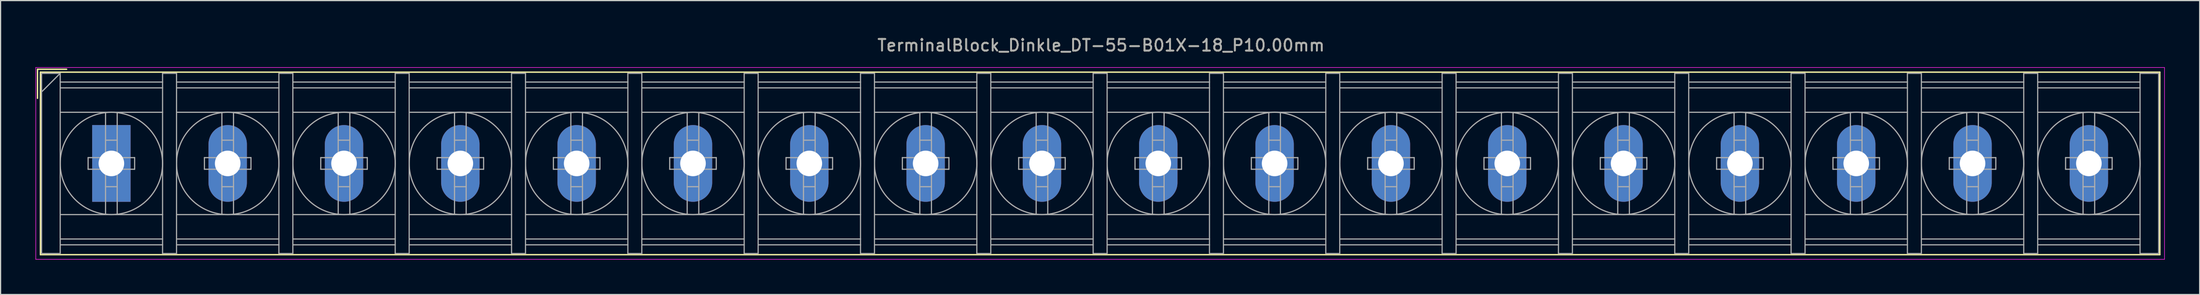
<source format=kicad_pcb>
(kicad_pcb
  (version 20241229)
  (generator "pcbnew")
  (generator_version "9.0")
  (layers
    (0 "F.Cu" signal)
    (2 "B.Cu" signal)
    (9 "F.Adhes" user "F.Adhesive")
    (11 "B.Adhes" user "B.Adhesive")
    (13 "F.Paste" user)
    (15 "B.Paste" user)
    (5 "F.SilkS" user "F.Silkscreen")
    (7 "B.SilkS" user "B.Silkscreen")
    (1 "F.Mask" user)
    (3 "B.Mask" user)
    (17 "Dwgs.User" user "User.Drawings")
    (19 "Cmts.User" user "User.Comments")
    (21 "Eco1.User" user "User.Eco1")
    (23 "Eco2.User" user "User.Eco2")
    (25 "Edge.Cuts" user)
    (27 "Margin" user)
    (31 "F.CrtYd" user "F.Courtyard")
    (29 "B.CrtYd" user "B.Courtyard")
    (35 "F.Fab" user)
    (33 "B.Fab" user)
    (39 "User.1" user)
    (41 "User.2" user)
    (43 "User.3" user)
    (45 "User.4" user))
  (footprint "TerminalBlock_Dinkle_DT-55-B01X-18_P10.00mm"
    (layer "F.Cu")
    (at 6.525 11.008)
    (property "Reference" "TerminalBlock_Dinkle_DT-55-B01X-18_P10.00mm" (at 85.08 -10.16 0) (layer "F.SilkS") (effects (font (size 1 1) (thickness 0.15))))
    (attr through_hole)
    (fp_line (start -6.35 -8.1) (end -3.85 -8.1) (stroke (width 0.12) (type solid)) (layer "F.SilkS"))
    (fp_line (start -6.35 -5.6) (end -6.35 -8.1) (stroke (width 0.12) (type solid)) (layer "F.SilkS"))
    (fp_line (start -6.1 -7.85) (end 176.1 -7.85) (stroke (width 0.12) (type solid)) (layer "F.SilkS"))
    (fp_line (start -6.1 7.85) (end -6.1 -7.85) (stroke (width 0.12) (type solid)) (layer "F.SilkS"))
    (fp_line (start -6.1 7.85) (end 176.1 7.85) (stroke (width 0.12) (type solid)) (layer "F.SilkS"))
    (fp_line (start 176.1 -7.85) (end 176.1 7.85) (stroke (width 0.12) (type solid)) (layer "F.SilkS"))
    (fp_line (start -6.5 -8.25) (end 176.5 -8.25) (stroke (width 0.05) (type solid)) (layer "F.CrtYd"))
    (fp_line (start -6.5 8.25) (end -6.5 -8.25) (stroke (width 0.05) (type solid)) (layer "F.CrtYd"))
    (fp_line (start -6.5 8.25) (end 176.5 8.25) (stroke (width 0.05) (type solid)) (layer "F.CrtYd"))
    (fp_line (start 176.5 -8.25) (end 176.5 8.25) (stroke (width 0.05) (type solid)) (layer "F.CrtYd"))
    (fp_line (start -6 -7.75) (end -6 7.75) (stroke (width 0.1) (type solid)) (layer "F.Fab"))
    (fp_line (start -6 -7.75) (end -4.4 -7.75) (stroke (width 0.1) (type solid)) (layer "F.Fab"))
    (fp_line (start -6 7.75) (end -4.4 7.75) (stroke (width 0.1) (type solid)) (layer "F.Fab"))
    (fp_line (start -4.4 -7.75) (end -6 -6.15) (stroke (width 0.1) (type solid)) (layer "F.Fab"))
    (fp_line (start -4.4 -7.75) (end -4.4 7.75) (stroke (width 0.1) (type solid)) (layer "F.Fab"))
    (fp_line (start -4.4 -7) (end 4.4 -7) (stroke (width 0.1) (type solid)) (layer "F.Fab"))
    (fp_line (start -4.4 -6.5) (end 4.4 -6.5) (stroke (width 0.1) (type solid)) (layer "F.Fab"))
    (fp_line (start -4.4 -4.4) (end 4.4 -4.4) (stroke (width 0.1) (type solid)) (layer "F.Fab"))
    (fp_line (start -4.4 4.4) (end 4.4 4.4) (stroke (width 0.1) (type solid)) (layer "F.Fab"))
    (fp_line (start -4.4 6.5) (end 4.4 6.5) (stroke (width 0.1) (type solid)) (layer "F.Fab"))
    (fp_line (start -4.4 7) (end 4.4 7) (stroke (width 0.1) (type solid)) (layer "F.Fab"))
    (fp_line (start -2 -0.5) (end -2 0.5) (stroke (width 0.1) (type solid)) (layer "F.Fab"))
    (fp_line (start -2 0.5) (end -0.5 0.5) (stroke (width 0.1) (type solid)) (layer "F.Fab"))
    (fp_line (start -0.5 -4.35) (end -0.5 -0.5) (stroke (width 0.1) (type solid)) (layer "F.Fab"))
    (fp_line (start -0.5 -2) (end 0.5 -2) (stroke (width 0.1) (type solid)) (layer "F.Fab"))
    (fp_line (start -0.5 -0.5) (end -2 -0.5) (stroke (width 0.1) (type solid)) (layer "F.Fab"))
    (fp_line (start -0.5 0.5) (end -0.5 4.35) (stroke (width 0.1) (type solid)) (layer "F.Fab"))
    (fp_line (start -0.5 2) (end 0.5 2) (stroke (width 0.1) (type solid)) (layer "F.Fab"))
    (fp_line (start 0.5 -4.35) (end 0.5 -0.5) (stroke (width 0.1) (type solid)) (layer "F.Fab"))
    (fp_line (start 0.5 -0.5) (end 2 -0.5) (stroke (width 0.1) (type solid)) (layer "F.Fab"))
    (fp_line (start 0.5 0.5) (end 0.5 4.35) (stroke (width 0.1) (type solid)) (layer "F.Fab"))
    (fp_line (start 2 -0.5) (end 2 0.5) (stroke (width 0.1) (type solid)) (layer "F.Fab"))
    (fp_line (start 2 0.5) (end 0.5 0.5) (stroke (width 0.1) (type solid)) (layer "F.Fab"))
    (fp_line (start 4.4 -7.75) (end 4.4 7.75) (stroke (width 0.1) (type solid)) (layer "F.Fab"))
    (fp_line (start 4.4 -7.75) (end 5.6 -7.75) (stroke (width 0.1) (type solid)) (layer "F.Fab"))
    (fp_line (start 4.4 7.75) (end 5.6 7.75) (stroke (width 0.1) (type solid)) (layer "F.Fab"))
    (fp_line (start 5.6 -7.75) (end 5.6 7.75) (stroke (width 0.1) (type solid)) (layer "F.Fab"))
    (fp_line (start 5.6 -7) (end 14.4 -7) (stroke (width 0.1) (type solid)) (layer "F.Fab"))
    (fp_line (start 5.6 -6.5) (end 14.4 -6.5) (stroke (width 0.1) (type solid)) (layer "F.Fab"))
    (fp_line (start 5.6 -4.4) (end 14.4 -4.4) (stroke (width 0.1) (type solid)) (layer "F.Fab"))
    (fp_line (start 5.6 4.4) (end 14.4 4.4) (stroke (width 0.1) (type solid)) (layer "F.Fab"))
    (fp_line (start 5.6 6.5) (end 14.4 6.5) (stroke (width 0.1) (type solid)) (layer "F.Fab"))
    (fp_line (start 5.6 7) (end 14.4 7) (stroke (width 0.1) (type solid)) (layer "F.Fab"))
    (fp_line (start 8 -0.5) (end 8 0.5) (stroke (width 0.1) (type solid)) (layer "F.Fab"))
    (fp_line (start 8 0.5) (end 9.5 0.5) (stroke (width 0.1) (type solid)) (layer "F.Fab"))
    (fp_line (start 9.5 -4.35) (end 9.5 -0.5) (stroke (width 0.1) (type solid)) (layer "F.Fab"))
    (fp_line (start 9.5 -2) (end 10.5 -2) (stroke (width 0.1) (type solid)) (layer "F.Fab"))
    (fp_line (start 9.5 -0.5) (end 8 -0.5) (stroke (width 0.1) (type solid)) (layer "F.Fab"))
    (fp_line (start 9.5 0.5) (end 9.5 4.35) (stroke (width 0.1) (type solid)) (layer "F.Fab"))
    (fp_line (start 9.5 2) (end 10.5 2) (stroke (width 0.1) (type solid)) (layer "F.Fab"))
    (fp_line (start 10.5 -4.35) (end 10.5 -0.5) (stroke (width 0.1) (type solid)) (layer "F.Fab"))
    (fp_line (start 10.5 -0.5) (end 12 -0.5) (stroke (width 0.1) (type solid)) (layer "F.Fab"))
    (fp_line (start 10.5 0.5) (end 10.5 4.35) (stroke (width 0.1) (type solid)) (layer "F.Fab"))
    (fp_line (start 12 -0.5) (end 12 0.5) (stroke (width 0.1) (type solid)) (layer "F.Fab"))
    (fp_line (start 12 0.5) (end 10.5 0.5) (stroke (width 0.1) (type solid)) (layer "F.Fab"))
    (fp_line (start 14.4 -7.75) (end 14.4 7.75) (stroke (width 0.1) (type solid)) (layer "F.Fab"))
    (fp_line (start 14.4 -7.75) (end 15.6 -7.75) (stroke (width 0.1) (type solid)) (layer "F.Fab"))
    (fp_line (start 14.4 7.75) (end 15.6 7.75) (stroke (width 0.1) (type solid)) (layer "F.Fab"))
    (fp_line (start 15.6 -7.75) (end 15.6 7.75) (stroke (width 0.1) (type solid)) (layer "F.Fab"))
    (fp_line (start 15.6 -7) (end 24.4 -7) (stroke (width 0.1) (type solid)) (layer "F.Fab"))
    (fp_line (start 15.6 -6.5) (end 24.4 -6.5) (stroke (width 0.1) (type solid)) (layer "F.Fab"))
    (fp_line (start 15.6 -4.4) (end 24.4 -4.4) (stroke (width 0.1) (type solid)) (layer "F.Fab"))
    (fp_line (start 15.6 4.4) (end 24.4 4.4) (stroke (width 0.1) (type solid)) (layer "F.Fab"))
    (fp_line (start 15.6 6.5) (end 24.4 6.5) (stroke (width 0.1) (type solid)) (layer "F.Fab"))
    (fp_line (start 15.6 7) (end 24.4 7) (stroke (width 0.1) (type solid)) (layer "F.Fab"))
    (fp_line (start 18 -0.5) (end 18 0.5) (stroke (width 0.1) (type solid)) (layer "F.Fab"))
    (fp_line (start 18 0.5) (end 19.5 0.5) (stroke (width 0.1) (type solid)) (layer "F.Fab"))
    (fp_line (start 19.5 -4.35) (end 19.5 -0.5) (stroke (width 0.1) (type solid)) (layer "F.Fab"))
    (fp_line (start 19.5 -2) (end 20.5 -2) (stroke (width 0.1) (type solid)) (layer "F.Fab"))
    (fp_line (start 19.5 -0.5) (end 18 -0.5) (stroke (width 0.1) (type solid)) (layer "F.Fab"))
    (fp_line (start 19.5 0.5) (end 19.5 4.35) (stroke (width 0.1) (type solid)) (layer "F.Fab"))
    (fp_line (start 19.5 2) (end 20.5 2) (stroke (width 0.1) (type solid)) (layer "F.Fab"))
    (fp_line (start 20.5 -4.35) (end 20.5 -0.5) (stroke (width 0.1) (type solid)) (layer "F.Fab"))
    (fp_line (start 20.5 -0.5) (end 22 -0.5) (stroke (width 0.1) (type solid)) (layer "F.Fab"))
    (fp_line (start 20.5 0.5) (end 20.5 4.35) (stroke (width 0.1) (type solid)) (layer "F.Fab"))
    (fp_line (start 22 -0.5) (end 22 0.5) (stroke (width 0.1) (type solid)) (layer "F.Fab"))
    (fp_line (start 22 0.5) (end 20.5 0.5) (stroke (width 0.1) (type solid)) (layer "F.Fab"))
    (fp_line (start 24.4 -7.75) (end 24.4 7.75) (stroke (width 0.1) (type solid)) (layer "F.Fab"))
    (fp_line (start 24.4 -7.75) (end 25.6 -7.75) (stroke (width 0.1) (type solid)) (layer "F.Fab"))
    (fp_line (start 24.4 7.75) (end 25.6 7.75) (stroke (width 0.1) (type solid)) (layer "F.Fab"))
    (fp_line (start 25.6 -7.75) (end 25.6 7.75) (stroke (width 0.1) (type solid)) (layer "F.Fab"))
    (fp_line (start 25.6 -7) (end 34.4 -7) (stroke (width 0.1) (type solid)) (layer "F.Fab"))
    (fp_line (start 25.6 -6.5) (end 34.4 -6.5) (stroke (width 0.1) (type solid)) (layer "F.Fab"))
    (fp_line (start 25.6 -4.4) (end 34.4 -4.4) (stroke (width 0.1) (type solid)) (layer "F.Fab"))
    (fp_line (start 25.6 4.4) (end 34.4 4.4) (stroke (width 0.1) (type solid)) (layer "F.Fab"))
    (fp_line (start 25.6 6.5) (end 34.4 6.5) (stroke (width 0.1) (type solid)) (layer "F.Fab"))
    (fp_line (start 25.6 7) (end 34.4 7) (stroke (width 0.1) (type solid)) (layer "F.Fab"))
    (fp_line (start 28 -0.5) (end 28 0.5) (stroke (width 0.1) (type solid)) (layer "F.Fab"))
    (fp_line (start 28 0.5) (end 29.5 0.5) (stroke (width 0.1) (type solid)) (layer "F.Fab"))
    (fp_line (start 29.5 -4.35) (end 29.5 -0.5) (stroke (width 0.1) (type solid)) (layer "F.Fab"))
    (fp_line (start 29.5 -2) (end 30.5 -2) (stroke (width 0.1) (type solid)) (layer "F.Fab"))
    (fp_line (start 29.5 -0.5) (end 28 -0.5) (stroke (width 0.1) (type solid)) (layer "F.Fab"))
    (fp_line (start 29.5 0.5) (end 29.5 4.35) (stroke (width 0.1) (type solid)) (layer "F.Fab"))
    (fp_line (start 29.5 2) (end 30.5 2) (stroke (width 0.1) (type solid)) (layer "F.Fab"))
    (fp_line (start 30.5 -4.35) (end 30.5 -0.5) (stroke (width 0.1) (type solid)) (layer "F.Fab"))
    (fp_line (start 30.5 -0.5) (end 32 -0.5) (stroke (width 0.1) (type solid)) (layer "F.Fab"))
    (fp_line (start 30.5 0.5) (end 30.5 4.35) (stroke (width 0.1) (type solid)) (layer "F.Fab"))
    (fp_line (start 32 -0.5) (end 32 0.5) (stroke (width 0.1) (type solid)) (layer "F.Fab"))
    (fp_line (start 32 0.5) (end 30.5 0.5) (stroke (width 0.1) (type solid)) (layer "F.Fab"))
    (fp_line (start 34.4 -7.75) (end 34.4 7.75) (stroke (width 0.1) (type solid)) (layer "F.Fab"))
    (fp_line (start 34.4 -7.75) (end 35.6 -7.75) (stroke (width 0.1) (type solid)) (layer "F.Fab"))
    (fp_line (start 34.4 7.75) (end 35.6 7.75) (stroke (width 0.1) (type solid)) (layer "F.Fab"))
    (fp_line (start 35.6 -7.75) (end 35.6 7.75) (stroke (width 0.1) (type solid)) (layer "F.Fab"))
    (fp_line (start 35.6 -7) (end 44.4 -7) (stroke (width 0.1) (type solid)) (layer "F.Fab"))
    (fp_line (start 35.6 -6.5) (end 44.4 -6.5) (stroke (width 0.1) (type solid)) (layer "F.Fab"))
    (fp_line (start 35.6 -4.4) (end 44.4 -4.4) (stroke (width 0.1) (type solid)) (layer "F.Fab"))
    (fp_line (start 35.6 4.4) (end 44.4 4.4) (stroke (width 0.1) (type solid)) (layer "F.Fab"))
    (fp_line (start 35.6 6.5) (end 44.4 6.5) (stroke (width 0.1) (type solid)) (layer "F.Fab"))
    (fp_line (start 35.6 7) (end 44.4 7) (stroke (width 0.1) (type solid)) (layer "F.Fab"))
    (fp_line (start 38 -0.5) (end 38 0.5) (stroke (width 0.1) (type solid)) (layer "F.Fab"))
    (fp_line (start 38 0.5) (end 39.5 0.5) (stroke (width 0.1) (type solid)) (layer "F.Fab"))
    (fp_line (start 39.5 -4.35) (end 39.5 -0.5) (stroke (width 0.1) (type solid)) (layer "F.Fab"))
    (fp_line (start 39.5 -2) (end 40.5 -2) (stroke (width 0.1) (type solid)) (layer "F.Fab"))
    (fp_line (start 39.5 -0.5) (end 38 -0.5) (stroke (width 0.1) (type solid)) (layer "F.Fab"))
    (fp_line (start 39.5 0.5) (end 39.5 4.35) (stroke (width 0.1) (type solid)) (layer "F.Fab"))
    (fp_line (start 39.5 2) (end 40.5 2) (stroke (width 0.1) (type solid)) (layer "F.Fab"))
    (fp_line (start 40.5 -4.35) (end 40.5 -0.5) (stroke (width 0.1) (type solid)) (layer "F.Fab"))
    (fp_line (start 40.5 -0.5) (end 42 -0.5) (stroke (width 0.1) (type solid)) (layer "F.Fab"))
    (fp_line (start 40.5 0.5) (end 40.5 4.35) (stroke (width 0.1) (type solid)) (layer "F.Fab"))
    (fp_line (start 42 -0.5) (end 42 0.5) (stroke (width 0.1) (type solid)) (layer "F.Fab"))
    (fp_line (start 42 0.5) (end 40.5 0.5) (stroke (width 0.1) (type solid)) (layer "F.Fab"))
    (fp_line (start 44.4 -7.75) (end 44.4 7.75) (stroke (width 0.1) (type solid)) (layer "F.Fab"))
    (fp_line (start 44.4 -7.75) (end 45.6 -7.75) (stroke (width 0.1) (type solid)) (layer "F.Fab"))
    (fp_line (start 44.4 7.75) (end 45.6 7.75) (stroke (width 0.1) (type solid)) (layer "F.Fab"))
    (fp_line (start 45.6 -7.75) (end 45.6 7.75) (stroke (width 0.1) (type solid)) (layer "F.Fab"))
    (fp_line (start 45.6 -7) (end 54.4 -7) (stroke (width 0.1) (type solid)) (layer "F.Fab"))
    (fp_line (start 45.6 -6.5) (end 54.4 -6.5) (stroke (width 0.1) (type solid)) (layer "F.Fab"))
    (fp_line (start 45.6 -4.4) (end 54.4 -4.4) (stroke (width 0.1) (type solid)) (layer "F.Fab"))
    (fp_line (start 45.6 4.4) (end 54.4 4.4) (stroke (width 0.1) (type solid)) (layer "F.Fab"))
    (fp_line (start 45.6 6.5) (end 54.4 6.5) (stroke (width 0.1) (type solid)) (layer "F.Fab"))
    (fp_line (start 45.6 7) (end 54.4 7) (stroke (width 0.1) (type solid)) (layer "F.Fab"))
    (fp_line (start 48 -0.5) (end 48 0.5) (stroke (width 0.1) (type solid)) (layer "F.Fab"))
    (fp_line (start 48 0.5) (end 49.5 0.5) (stroke (width 0.1) (type solid)) (layer "F.Fab"))
    (fp_line (start 49.5 -4.35) (end 49.5 -0.5) (stroke (width 0.1) (type solid)) (layer "F.Fab"))
    (fp_line (start 49.5 -2) (end 50.5 -2) (stroke (width 0.1) (type solid)) (layer "F.Fab"))
    (fp_line (start 49.5 -0.5) (end 48 -0.5) (stroke (width 0.1) (type solid)) (layer "F.Fab"))
    (fp_line (start 49.5 0.5) (end 49.5 4.35) (stroke (width 0.1) (type solid)) (layer "F.Fab"))
    (fp_line (start 49.5 2) (end 50.5 2) (stroke (width 0.1) (type solid)) (layer "F.Fab"))
    (fp_line (start 50.5 -4.35) (end 50.5 -0.5) (stroke (width 0.1) (type solid)) (layer "F.Fab"))
    (fp_line (start 50.5 -0.5) (end 52 -0.5) (stroke (width 0.1) (type solid)) (layer "F.Fab"))
    (fp_line (start 50.5 0.5) (end 50.5 4.35) (stroke (width 0.1) (type solid)) (layer "F.Fab"))
    (fp_line (start 52 -0.5) (end 52 0.5) (stroke (width 0.1) (type solid)) (layer "F.Fab"))
    (fp_line (start 52 0.5) (end 50.5 0.5) (stroke (width 0.1) (type solid)) (layer "F.Fab"))
    (fp_line (start 54.4 -7.75) (end 54.4 7.75) (stroke (width 0.1) (type solid)) (layer "F.Fab"))
    (fp_line (start 54.4 -7.75) (end 55.6 -7.75) (stroke (width 0.1) (type solid)) (layer "F.Fab"))
    (fp_line (start 54.4 7.75) (end 55.6 7.75) (stroke (width 0.1) (type solid)) (layer "F.Fab"))
    (fp_line (start 55.6 -7.75) (end 55.6 7.75) (stroke (width 0.1) (type solid)) (layer "F.Fab"))
    (fp_line (start 55.6 -7) (end 64.4 -7) (stroke (width 0.1) (type solid)) (layer "F.Fab"))
    (fp_line (start 55.6 -6.5) (end 64.4 -6.5) (stroke (width 0.1) (type solid)) (layer "F.Fab"))
    (fp_line (start 55.6 -4.4) (end 64.4 -4.4) (stroke (width 0.1) (type solid)) (layer "F.Fab"))
    (fp_line (start 55.6 4.4) (end 64.4 4.4) (stroke (width 0.1) (type solid)) (layer "F.Fab"))
    (fp_line (start 55.6 6.5) (end 64.4 6.5) (stroke (width 0.1) (type solid)) (layer "F.Fab"))
    (fp_line (start 55.6 7) (end 64.4 7) (stroke (width 0.1) (type solid)) (layer "F.Fab"))
    (fp_line (start 58 -0.5) (end 58 0.5) (stroke (width 0.1) (type solid)) (layer "F.Fab"))
    (fp_line (start 58 0.5) (end 59.5 0.5) (stroke (width 0.1) (type solid)) (layer "F.Fab"))
    (fp_line (start 59.5 -4.35) (end 59.5 -0.5) (stroke (width 0.1) (type solid)) (layer "F.Fab"))
    (fp_line (start 59.5 -2) (end 60.5 -2) (stroke (width 0.1) (type solid)) (layer "F.Fab"))
    (fp_line (start 59.5 -0.5) (end 58 -0.5) (stroke (width 0.1) (type solid)) (layer "F.Fab"))
    (fp_line (start 59.5 0.5) (end 59.5 4.35) (stroke (width 0.1) (type solid)) (layer "F.Fab"))
    (fp_line (start 59.5 2) (end 60.5 2) (stroke (width 0.1) (type solid)) (layer "F.Fab"))
    (fp_line (start 60.5 -4.35) (end 60.5 -0.5) (stroke (width 0.1) (type solid)) (layer "F.Fab"))
    (fp_line (start 60.5 -0.5) (end 62 -0.5) (stroke (width 0.1) (type solid)) (layer "F.Fab"))
    (fp_line (start 60.5 0.5) (end 60.5 4.35) (stroke (width 0.1) (type solid)) (layer "F.Fab"))
    (fp_line (start 62 -0.5) (end 62 0.5) (stroke (width 0.1) (type solid)) (layer "F.Fab"))
    (fp_line (start 62 0.5) (end 60.5 0.5) (stroke (width 0.1) (type solid)) (layer "F.Fab"))
    (fp_line (start 64.4 -7.75) (end 64.4 7.75) (stroke (width 0.1) (type solid)) (layer "F.Fab"))
    (fp_line (start 64.4 -7.75) (end 65.6 -7.75) (stroke (width 0.1) (type solid)) (layer "F.Fab"))
    (fp_line (start 64.4 7.75) (end 65.6 7.75) (stroke (width 0.1) (type solid)) (layer "F.Fab"))
    (fp_line (start 65.6 -7.75) (end 65.6 7.75) (stroke (width 0.1) (type solid)) (layer "F.Fab"))
    (fp_line (start 65.6 -7) (end 74.4 -7) (stroke (width 0.1) (type solid)) (layer "F.Fab"))
    (fp_line (start 65.6 -6.5) (end 74.4 -6.5) (stroke (width 0.1) (type solid)) (layer "F.Fab"))
    (fp_line (start 65.6 -4.4) (end 74.4 -4.4) (stroke (width 0.1) (type solid)) (layer "F.Fab"))
    (fp_line (start 65.6 4.4) (end 74.4 4.4) (stroke (width 0.1) (type solid)) (layer "F.Fab"))
    (fp_line (start 65.6 6.5) (end 74.4 6.5) (stroke (width 0.1) (type solid)) (layer "F.Fab"))
    (fp_line (start 65.6 7) (end 74.4 7) (stroke (width 0.1) (type solid)) (layer "F.Fab"))
    (fp_line (start 68 -0.5) (end 68 0.5) (stroke (width 0.1) (type solid)) (layer "F.Fab"))
    (fp_line (start 68 0.5) (end 69.5 0.5) (stroke (width 0.1) (type solid)) (layer "F.Fab"))
    (fp_line (start 69.5 -4.35) (end 69.5 -0.5) (stroke (width 0.1) (type solid)) (layer "F.Fab"))
    (fp_line (start 69.5 -2) (end 70.5 -2) (stroke (width 0.1) (type solid)) (layer "F.Fab"))
    (fp_line (start 69.5 -0.5) (end 68 -0.5) (stroke (width 0.1) (type solid)) (layer "F.Fab"))
    (fp_line (start 69.5 0.5) (end 69.5 4.35) (stroke (width 0.1) (type solid)) (layer "F.Fab"))
    (fp_line (start 69.5 2) (end 70.5 2) (stroke (width 0.1) (type solid)) (layer "F.Fab"))
    (fp_line (start 70.5 -4.35) (end 70.5 -0.5) (stroke (width 0.1) (type solid)) (layer "F.Fab"))
    (fp_line (start 70.5 -0.5) (end 72 -0.5) (stroke (width 0.1) (type solid)) (layer "F.Fab"))
    (fp_line (start 70.5 0.5) (end 70.5 4.35) (stroke (width 0.1) (type solid)) (layer "F.Fab"))
    (fp_line (start 72 -0.5) (end 72 0.5) (stroke (width 0.1) (type solid)) (layer "F.Fab"))
    (fp_line (start 72 0.5) (end 70.5 0.5) (stroke (width 0.1) (type solid)) (layer "F.Fab"))
    (fp_line (start 74.4 -7.75) (end 74.4 7.75) (stroke (width 0.1) (type solid)) (layer "F.Fab"))
    (fp_line (start 74.4 -7.75) (end 75.6 -7.75) (stroke (width 0.1) (type solid)) (layer "F.Fab"))
    (fp_line (start 74.4 7.75) (end 75.6 7.75) (stroke (width 0.1) (type solid)) (layer "F.Fab"))
    (fp_line (start 75.6 -7.75) (end 75.6 7.75) (stroke (width 0.1) (type solid)) (layer "F.Fab"))
    (fp_line (start 75.6 -7) (end 84.4 -7) (stroke (width 0.1) (type solid)) (layer "F.Fab"))
    (fp_line (start 75.6 -6.5) (end 84.4 -6.5) (stroke (width 0.1) (type solid)) (layer "F.Fab"))
    (fp_line (start 75.6 -4.4) (end 84.4 -4.4) (stroke (width 0.1) (type solid)) (layer "F.Fab"))
    (fp_line (start 75.6 4.4) (end 84.4 4.4) (stroke (width 0.1) (type solid)) (layer "F.Fab"))
    (fp_line (start 75.6 6.5) (end 84.4 6.5) (stroke (width 0.1) (type solid)) (layer "F.Fab"))
    (fp_line (start 75.6 7) (end 84.4 7) (stroke (width 0.1) (type solid)) (layer "F.Fab"))
    (fp_line (start 78 -0.5) (end 78 0.5) (stroke (width 0.1) (type solid)) (layer "F.Fab"))
    (fp_line (start 78 0.5) (end 79.5 0.5) (stroke (width 0.1) (type solid)) (layer "F.Fab"))
    (fp_line (start 79.5 -4.35) (end 79.5 -0.5) (stroke (width 0.1) (type solid)) (layer "F.Fab"))
    (fp_line (start 79.5 -2) (end 80.5 -2) (stroke (width 0.1) (type solid)) (layer "F.Fab"))
    (fp_line (start 79.5 -0.5) (end 78 -0.5) (stroke (width 0.1) (type solid)) (layer "F.Fab"))
    (fp_line (start 79.5 0.5) (end 79.5 4.35) (stroke (width 0.1) (type solid)) (layer "F.Fab"))
    (fp_line (start 79.5 2) (end 80.5 2) (stroke (width 0.1) (type solid)) (layer "F.Fab"))
    (fp_line (start 80.5 -4.35) (end 80.5 -0.5) (stroke (width 0.1) (type solid)) (layer "F.Fab"))
    (fp_line (start 80.5 -0.5) (end 82 -0.5) (stroke (width 0.1) (type solid)) (layer "F.Fab"))
    (fp_line (start 80.5 0.5) (end 80.5 4.35) (stroke (width 0.1) (type solid)) (layer "F.Fab"))
    (fp_line (start 82 -0.5) (end 82 0.5) (stroke (width 0.1) (type solid)) (layer "F.Fab"))
    (fp_line (start 82 0.5) (end 80.5 0.5) (stroke (width 0.1) (type solid)) (layer "F.Fab"))
    (fp_line (start 84.4 -7.75) (end 84.4 7.75) (stroke (width 0.1) (type solid)) (layer "F.Fab"))
    (fp_line (start 84.4 -7.75) (end 85.6 -7.75) (stroke (width 0.1) (type solid)) (layer "F.Fab"))
    (fp_line (start 84.4 7.75) (end 85.6 7.75) (stroke (width 0.1) (type solid)) (layer "F.Fab"))
    (fp_line (start 85.6 -7.75) (end 85.6 7.75) (stroke (width 0.1) (type solid)) (layer "F.Fab"))
    (fp_line (start 85.6 -7) (end 94.4 -7) (stroke (width 0.1) (type solid)) (layer "F.Fab"))
    (fp_line (start 85.6 -6.5) (end 94.4 -6.5) (stroke (width 0.1) (type solid)) (layer "F.Fab"))
    (fp_line (start 85.6 -4.4) (end 94.4 -4.4) (stroke (width 0.1) (type solid)) (layer "F.Fab"))
    (fp_line (start 85.6 4.4) (end 94.4 4.4) (stroke (width 0.1) (type solid)) (layer "F.Fab"))
    (fp_line (start 85.6 6.5) (end 94.4 6.5) (stroke (width 0.1) (type solid)) (layer "F.Fab"))
    (fp_line (start 85.6 7) (end 94.4 7) (stroke (width 0.1) (type solid)) (layer "F.Fab"))
    (fp_line (start 88 -0.5) (end 88 0.5) (stroke (width 0.1) (type solid)) (layer "F.Fab"))
    (fp_line (start 88 0.5) (end 89.5 0.5) (stroke (width 0.1) (type solid)) (layer "F.Fab"))
    (fp_line (start 89.5 -4.35) (end 89.5 -0.5) (stroke (width 0.1) (type solid)) (layer "F.Fab"))
    (fp_line (start 89.5 -2) (end 90.5 -2) (stroke (width 0.1) (type solid)) (layer "F.Fab"))
    (fp_line (start 89.5 -0.5) (end 88 -0.5) (stroke (width 0.1) (type solid)) (layer "F.Fab"))
    (fp_line (start 89.5 0.5) (end 89.5 4.35) (stroke (width 0.1) (type solid)) (layer "F.Fab"))
    (fp_line (start 89.5 2) (end 90.5 2) (stroke (width 0.1) (type solid)) (layer "F.Fab"))
    (fp_line (start 90.5 -4.35) (end 90.5 -0.5) (stroke (width 0.1) (type solid)) (layer "F.Fab"))
    (fp_line (start 90.5 -0.5) (end 92 -0.5) (stroke (width 0.1) (type solid)) (layer "F.Fab"))
    (fp_line (start 90.5 0.5) (end 90.5 4.35) (stroke (width 0.1) (type solid)) (layer "F.Fab"))
    (fp_line (start 92 -0.5) (end 92 0.5) (stroke (width 0.1) (type solid)) (layer "F.Fab"))
    (fp_line (start 92 0.5) (end 90.5 0.5) (stroke (width 0.1) (type solid)) (layer "F.Fab"))
    (fp_line (start 94.4 -7.75) (end 94.4 7.75) (stroke (width 0.1) (type solid)) (layer "F.Fab"))
    (fp_line (start 94.4 -7.75) (end 95.6 -7.75) (stroke (width 0.1) (type solid)) (layer "F.Fab"))
    (fp_line (start 94.4 7.75) (end 95.6 7.75) (stroke (width 0.1) (type solid)) (layer "F.Fab"))
    (fp_line (start 95.6 -7.75) (end 95.6 7.75) (stroke (width 0.1) (type solid)) (layer "F.Fab"))
    (fp_line (start 95.6 -7) (end 104.4 -7) (stroke (width 0.1) (type solid)) (layer "F.Fab"))
    (fp_line (start 95.6 -6.5) (end 104.4 -6.5) (stroke (width 0.1) (type solid)) (layer "F.Fab"))
    (fp_line (start 95.6 -4.4) (end 104.4 -4.4) (stroke (width 0.1) (type solid)) (layer "F.Fab"))
    (fp_line (start 95.6 4.4) (end 104.4 4.4) (stroke (width 0.1) (type solid)) (layer "F.Fab"))
    (fp_line (start 95.6 6.5) (end 104.4 6.5) (stroke (width 0.1) (type solid)) (layer "F.Fab"))
    (fp_line (start 95.6 7) (end 104.4 7) (stroke (width 0.1) (type solid)) (layer "F.Fab"))
    (fp_line (start 98 -0.5) (end 98 0.5) (stroke (width 0.1) (type solid)) (layer "F.Fab"))
    (fp_line (start 98 0.5) (end 99.5 0.5) (stroke (width 0.1) (type solid)) (layer "F.Fab"))
    (fp_line (start 99.5 -4.35) (end 99.5 -0.5) (stroke (width 0.1) (type solid)) (layer "F.Fab"))
    (fp_line (start 99.5 -2) (end 100.5 -2) (stroke (width 0.1) (type solid)) (layer "F.Fab"))
    (fp_line (start 99.5 -0.5) (end 98 -0.5) (stroke (width 0.1) (type solid)) (layer "F.Fab"))
    (fp_line (start 99.5 0.5) (end 99.5 4.35) (stroke (width 0.1) (type solid)) (layer "F.Fab"))
    (fp_line (start 99.5 2) (end 100.5 2) (stroke (width 0.1) (type solid)) (layer "F.Fab"))
    (fp_line (start 100.5 -4.35) (end 100.5 -0.5) (stroke (width 0.1) (type solid)) (layer "F.Fab"))
    (fp_line (start 100.5 -0.5) (end 102 -0.5) (stroke (width 0.1) (type solid)) (layer "F.Fab"))
    (fp_line (start 100.5 0.5) (end 100.5 4.35) (stroke (width 0.1) (type solid)) (layer "F.Fab"))
    (fp_line (start 102 -0.5) (end 102 0.5) (stroke (width 0.1) (type solid)) (layer "F.Fab"))
    (fp_line (start 102 0.5) (end 100.5 0.5) (stroke (width 0.1) (type solid)) (layer "F.Fab"))
    (fp_line (start 104.4 -7.75) (end 104.4 7.75) (stroke (width 0.1) (type solid)) (layer "F.Fab"))
    (fp_line (start 104.4 -7.75) (end 105.6 -7.75) (stroke (width 0.1) (type solid)) (layer "F.Fab"))
    (fp_line (start 104.4 7.75) (end 105.6 7.75) (stroke (width 0.1) (type solid)) (layer "F.Fab"))
    (fp_line (start 105.6 -7.75) (end 105.6 7.75) (stroke (width 0.1) (type solid)) (layer "F.Fab"))
    (fp_line (start 105.6 -7) (end 114.4 -7) (stroke (width 0.1) (type solid)) (layer "F.Fab"))
    (fp_line (start 105.6 -6.5) (end 114.4 -6.5) (stroke (width 0.1) (type solid)) (layer "F.Fab"))
    (fp_line (start 105.6 -4.4) (end 114.4 -4.4) (stroke (width 0.1) (type solid)) (layer "F.Fab"))
    (fp_line (start 105.6 4.4) (end 114.4 4.4) (stroke (width 0.1) (type solid)) (layer "F.Fab"))
    (fp_line (start 105.6 6.5) (end 114.4 6.5) (stroke (width 0.1) (type solid)) (layer "F.Fab"))
    (fp_line (start 105.6 7) (end 114.4 7) (stroke (width 0.1) (type solid)) (layer "F.Fab"))
    (fp_line (start 108 -0.5) (end 108 0.5) (stroke (width 0.1) (type solid)) (layer "F.Fab"))
    (fp_line (start 108 0.5) (end 109.5 0.5) (stroke (width 0.1) (type solid)) (layer "F.Fab"))
    (fp_line (start 109.5 -4.35) (end 109.5 -0.5) (stroke (width 0.1) (type solid)) (layer "F.Fab"))
    (fp_line (start 109.5 -2) (end 110.5 -2) (stroke (width 0.1) (type solid)) (layer "F.Fab"))
    (fp_line (start 109.5 -0.5) (end 108 -0.5) (stroke (width 0.1) (type solid)) (layer "F.Fab"))
    (fp_line (start 109.5 0.5) (end 109.5 4.35) (stroke (width 0.1) (type solid)) (layer "F.Fab"))
    (fp_line (start 109.5 2) (end 110.5 2) (stroke (width 0.1) (type solid)) (layer "F.Fab"))
    (fp_line (start 110.5 -4.35) (end 110.5 -0.5) (stroke (width 0.1) (type solid)) (layer "F.Fab"))
    (fp_line (start 110.5 -0.5) (end 112 -0.5) (stroke (width 0.1) (type solid)) (layer "F.Fab"))
    (fp_line (start 110.5 0.5) (end 110.5 4.35) (stroke (width 0.1) (type solid)) (layer "F.Fab"))
    (fp_line (start 112 -0.5) (end 112 0.5) (stroke (width 0.1) (type solid)) (layer "F.Fab"))
    (fp_line (start 112 0.5) (end 110.5 0.5) (stroke (width 0.1) (type solid)) (layer "F.Fab"))
    (fp_line (start 114.4 -7.75) (end 114.4 7.75) (stroke (width 0.1) (type solid)) (layer "F.Fab"))
    (fp_line (start 114.4 -7.75) (end 115.6 -7.75) (stroke (width 0.1) (type solid)) (layer "F.Fab"))
    (fp_line (start 114.4 7.75) (end 115.6 7.75) (stroke (width 0.1) (type solid)) (layer "F.Fab"))
    (fp_line (start 115.6 -7.75) (end 115.6 7.75) (stroke (width 0.1) (type solid)) (layer "F.Fab"))
    (fp_line (start 115.6 -7) (end 124.4 -7) (stroke (width 0.1) (type solid)) (layer "F.Fab"))
    (fp_line (start 115.6 -6.5) (end 124.4 -6.5) (stroke (width 0.1) (type solid)) (layer "F.Fab"))
    (fp_line (start 115.6 -4.4) (end 124.4 -4.4) (stroke (width 0.1) (type solid)) (layer "F.Fab"))
    (fp_line (start 115.6 4.4) (end 124.4 4.4) (stroke (width 0.1) (type solid)) (layer "F.Fab"))
    (fp_line (start 115.6 6.5) (end 124.4 6.5) (stroke (width 0.1) (type solid)) (layer "F.Fab"))
    (fp_line (start 115.6 7) (end 124.4 7) (stroke (width 0.1) (type solid)) (layer "F.Fab"))
    (fp_line (start 118 -0.5) (end 118 0.5) (stroke (width 0.1) (type solid)) (layer "F.Fab"))
    (fp_line (start 118 0.5) (end 119.5 0.5) (stroke (width 0.1) (type solid)) (layer "F.Fab"))
    (fp_line (start 119.5 -4.35) (end 119.5 -0.5) (stroke (width 0.1) (type solid)) (layer "F.Fab"))
    (fp_line (start 119.5 -2) (end 120.5 -2) (stroke (width 0.1) (type solid)) (layer "F.Fab"))
    (fp_line (start 119.5 -0.5) (end 118 -0.5) (stroke (width 0.1) (type solid)) (layer "F.Fab"))
    (fp_line (start 119.5 0.5) (end 119.5 4.35) (stroke (width 0.1) (type solid)) (layer "F.Fab"))
    (fp_line (start 119.5 2) (end 120.5 2) (stroke (width 0.1) (type solid)) (layer "F.Fab"))
    (fp_line (start 120.5 -4.35) (end 120.5 -0.5) (stroke (width 0.1) (type solid)) (layer "F.Fab"))
    (fp_line (start 120.5 -0.5) (end 122 -0.5) (stroke (width 0.1) (type solid)) (layer "F.Fab"))
    (fp_line (start 120.5 0.5) (end 120.5 4.35) (stroke (width 0.1) (type solid)) (layer "F.Fab"))
    (fp_line (start 122 -0.5) (end 122 0.5) (stroke (width 0.1) (type solid)) (layer "F.Fab"))
    (fp_line (start 122 0.5) (end 120.5 0.5) (stroke (width 0.1) (type solid)) (layer "F.Fab"))
    (fp_line (start 124.4 -7.75) (end 124.4 7.75) (stroke (width 0.1) (type solid)) (layer "F.Fab"))
    (fp_line (start 124.4 -7.75) (end 125.6 -7.75) (stroke (width 0.1) (type solid)) (layer "F.Fab"))
    (fp_line (start 124.4 7.75) (end 125.6 7.75) (stroke (width 0.1) (type solid)) (layer "F.Fab"))
    (fp_line (start 125.6 -7.75) (end 125.6 7.75) (stroke (width 0.1) (type solid)) (layer "F.Fab"))
    (fp_line (start 125.6 -7) (end 134.4 -7) (stroke (width 0.1) (type solid)) (layer "F.Fab"))
    (fp_line (start 125.6 -6.5) (end 134.4 -6.5) (stroke (width 0.1) (type solid)) (layer "F.Fab"))
    (fp_line (start 125.6 -4.4) (end 134.4 -4.4) (stroke (width 0.1) (type solid)) (layer "F.Fab"))
    (fp_line (start 125.6 4.4) (end 134.4 4.4) (stroke (width 0.1) (type solid)) (layer "F.Fab"))
    (fp_line (start 125.6 6.5) (end 134.4 6.5) (stroke (width 0.1) (type solid)) (layer "F.Fab"))
    (fp_line (start 125.6 7) (end 134.4 7) (stroke (width 0.1) (type solid)) (layer "F.Fab"))
    (fp_line (start 128 -0.5) (end 128 0.5) (stroke (width 0.1) (type solid)) (layer "F.Fab"))
    (fp_line (start 128 0.5) (end 129.5 0.5) (stroke (width 0.1) (type solid)) (layer "F.Fab"))
    (fp_line (start 129.5 -4.35) (end 129.5 -0.5) (stroke (width 0.1) (type solid)) (layer "F.Fab"))
    (fp_line (start 129.5 -2) (end 130.5 -2) (stroke (width 0.1) (type solid)) (layer "F.Fab"))
    (fp_line (start 129.5 -0.5) (end 128 -0.5) (stroke (width 0.1) (type solid)) (layer "F.Fab"))
    (fp_line (start 129.5 0.5) (end 129.5 4.35) (stroke (width 0.1) (type solid)) (layer "F.Fab"))
    (fp_line (start 129.5 2) (end 130.5 2) (stroke (width 0.1) (type solid)) (layer "F.Fab"))
    (fp_line (start 130.5 -4.35) (end 130.5 -0.5) (stroke (width 0.1) (type solid)) (layer "F.Fab"))
    (fp_line (start 130.5 -0.5) (end 132 -0.5) (stroke (width 0.1) (type solid)) (layer "F.Fab"))
    (fp_line (start 130.5 0.5) (end 130.5 4.35) (stroke (width 0.1) (type solid)) (layer "F.Fab"))
    (fp_line (start 132 -0.5) (end 132 0.5) (stroke (width 0.1) (type solid)) (layer "F.Fab"))
    (fp_line (start 132 0.5) (end 130.5 0.5) (stroke (width 0.1) (type solid)) (layer "F.Fab"))
    (fp_line (start 134.4 -7.75) (end 134.4 7.75) (stroke (width 0.1) (type solid)) (layer "F.Fab"))
    (fp_line (start 134.4 -7.75) (end 135.6 -7.75) (stroke (width 0.1) (type solid)) (layer "F.Fab"))
    (fp_line (start 134.4 7.75) (end 135.6 7.75) (stroke (width 0.1) (type solid)) (layer "F.Fab"))
    (fp_line (start 135.6 -7.75) (end 135.6 7.75) (stroke (width 0.1) (type solid)) (layer "F.Fab"))
    (fp_line (start 135.6 -7) (end 144.4 -7) (stroke (width 0.1) (type solid)) (layer "F.Fab"))
    (fp_line (start 135.6 -6.5) (end 144.4 -6.5) (stroke (width 0.1) (type solid)) (layer "F.Fab"))
    (fp_line (start 135.6 -4.4) (end 144.4 -4.4) (stroke (width 0.1) (type solid)) (layer "F.Fab"))
    (fp_line (start 135.6 4.4) (end 144.4 4.4) (stroke (width 0.1) (type solid)) (layer "F.Fab"))
    (fp_line (start 135.6 6.5) (end 144.4 6.5) (stroke (width 0.1) (type solid)) (layer "F.Fab"))
    (fp_line (start 135.6 7) (end 144.4 7) (stroke (width 0.1) (type solid)) (layer "F.Fab"))
    (fp_line (start 138 -0.5) (end 138 0.5) (stroke (width 0.1) (type solid)) (layer "F.Fab"))
    (fp_line (start 138 0.5) (end 139.5 0.5) (stroke (width 0.1) (type solid)) (layer "F.Fab"))
    (fp_line (start 139.5 -4.35) (end 139.5 -0.5) (stroke (width 0.1) (type solid)) (layer "F.Fab"))
    (fp_line (start 139.5 -2) (end 140.5 -2) (stroke (width 0.1) (type solid)) (layer "F.Fab"))
    (fp_line (start 139.5 -0.5) (end 138 -0.5) (stroke (width 0.1) (type solid)) (layer "F.Fab"))
    (fp_line (start 139.5 0.5) (end 139.5 4.35) (stroke (width 0.1) (type solid)) (layer "F.Fab"))
    (fp_line (start 139.5 2) (end 140.5 2) (stroke (width 0.1) (type solid)) (layer "F.Fab"))
    (fp_line (start 140.5 -4.35) (end 140.5 -0.5) (stroke (width 0.1) (type solid)) (layer "F.Fab"))
    (fp_line (start 140.5 -0.5) (end 142 -0.5) (stroke (width 0.1) (type solid)) (layer "F.Fab"))
    (fp_line (start 140.5 0.5) (end 140.5 4.35) (stroke (width 0.1) (type solid)) (layer "F.Fab"))
    (fp_line (start 142 -0.5) (end 142 0.5) (stroke (width 0.1) (type solid)) (layer "F.Fab"))
    (fp_line (start 142 0.5) (end 140.5 0.5) (stroke (width 0.1) (type solid)) (layer "F.Fab"))
    (fp_line (start 144.4 -7.75) (end 144.4 7.75) (stroke (width 0.1) (type solid)) (layer "F.Fab"))
    (fp_line (start 144.4 -7.75) (end 145.6 -7.75) (stroke (width 0.1) (type solid)) (layer "F.Fab"))
    (fp_line (start 144.4 7.75) (end 145.6 7.75) (stroke (width 0.1) (type solid)) (layer "F.Fab"))
    (fp_line (start 145.6 -7.75) (end 145.6 7.75) (stroke (width 0.1) (type solid)) (layer "F.Fab"))
    (fp_line (start 145.6 -7) (end 154.4 -7) (stroke (width 0.1) (type solid)) (layer "F.Fab"))
    (fp_line (start 145.6 -6.5) (end 154.4 -6.5) (stroke (width 0.1) (type solid)) (layer "F.Fab"))
    (fp_line (start 145.6 -4.4) (end 154.4 -4.4) (stroke (width 0.1) (type solid)) (layer "F.Fab"))
    (fp_line (start 145.6 4.4) (end 154.4 4.4) (stroke (width 0.1) (type solid)) (layer "F.Fab"))
    (fp_line (start 145.6 6.5) (end 154.4 6.5) (stroke (width 0.1) (type solid)) (layer "F.Fab"))
    (fp_line (start 145.6 7) (end 154.4 7) (stroke (width 0.1) (type solid)) (layer "F.Fab"))
    (fp_line (start 148 -0.5) (end 148 0.5) (stroke (width 0.1) (type solid)) (layer "F.Fab"))
    (fp_line (start 148 0.5) (end 149.5 0.5) (stroke (width 0.1) (type solid)) (layer "F.Fab"))
    (fp_line (start 149.5 -4.35) (end 149.5 -0.5) (stroke (width 0.1) (type solid)) (layer "F.Fab"))
    (fp_line (start 149.5 -2) (end 150.5 -2) (stroke (width 0.1) (type solid)) (layer "F.Fab"))
    (fp_line (start 149.5 -0.5) (end 148 -0.5) (stroke (width 0.1) (type solid)) (layer "F.Fab"))
    (fp_line (start 149.5 0.5) (end 149.5 4.35) (stroke (width 0.1) (type solid)) (layer "F.Fab"))
    (fp_line (start 149.5 2) (end 150.5 2) (stroke (width 0.1) (type solid)) (layer "F.Fab"))
    (fp_line (start 150.5 -4.35) (end 150.5 -0.5) (stroke (width 0.1) (type solid)) (layer "F.Fab"))
    (fp_line (start 150.5 -0.5) (end 152 -0.5) (stroke (width 0.1) (type solid)) (layer "F.Fab"))
    (fp_line (start 150.5 0.5) (end 150.5 4.35) (stroke (width 0.1) (type solid)) (layer "F.Fab"))
    (fp_line (start 152 -0.5) (end 152 0.5) (stroke (width 0.1) (type solid)) (layer "F.Fab"))
    (fp_line (start 152 0.5) (end 150.5 0.5) (stroke (width 0.1) (type solid)) (layer "F.Fab"))
    (fp_line (start 154.4 -7.75) (end 154.4 7.75) (stroke (width 0.1) (type solid)) (layer "F.Fab"))
    (fp_line (start 154.4 -7.75) (end 155.6 -7.75) (stroke (width 0.1) (type solid)) (layer "F.Fab"))
    (fp_line (start 154.4 7.75) (end 155.6 7.75) (stroke (width 0.1) (type solid)) (layer "F.Fab"))
    (fp_line (start 155.6 -7.75) (end 155.6 7.75) (stroke (width 0.1) (type solid)) (layer "F.Fab"))
    (fp_line (start 155.6 -7) (end 164.4 -7) (stroke (width 0.1) (type solid)) (layer "F.Fab"))
    (fp_line (start 155.6 -6.5) (end 164.4 -6.5) (stroke (width 0.1) (type solid)) (layer "F.Fab"))
    (fp_line (start 155.6 -4.4) (end 164.4 -4.4) (stroke (width 0.1) (type solid)) (layer "F.Fab"))
    (fp_line (start 155.6 4.4) (end 164.4 4.4) (stroke (width 0.1) (type solid)) (layer "F.Fab"))
    (fp_line (start 155.6 6.5) (end 164.4 6.5) (stroke (width 0.1) (type solid)) (layer "F.Fab"))
    (fp_line (start 155.6 7) (end 164.4 7) (stroke (width 0.1) (type solid)) (layer "F.Fab"))
    (fp_line (start 158 -0.5) (end 158 0.5) (stroke (width 0.1) (type solid)) (layer "F.Fab"))
    (fp_line (start 158 0.5) (end 159.5 0.5) (stroke (width 0.1) (type solid)) (layer "F.Fab"))
    (fp_line (start 159.5 -4.35) (end 159.5 -0.5) (stroke (width 0.1) (type solid)) (layer "F.Fab"))
    (fp_line (start 159.5 -2) (end 160.5 -2) (stroke (width 0.1) (type solid)) (layer "F.Fab"))
    (fp_line (start 159.5 -0.5) (end 158 -0.5) (stroke (width 0.1) (type solid)) (layer "F.Fab"))
    (fp_line (start 159.5 0.5) (end 159.5 4.35) (stroke (width 0.1) (type solid)) (layer "F.Fab"))
    (fp_line (start 159.5 2) (end 160.5 2) (stroke (width 0.1) (type solid)) (layer "F.Fab"))
    (fp_line (start 160.5 -4.35) (end 160.5 -0.5) (stroke (width 0.1) (type solid)) (layer "F.Fab"))
    (fp_line (start 160.5 -0.5) (end 162 -0.5) (stroke (width 0.1) (type solid)) (layer "F.Fab"))
    (fp_line (start 160.5 0.5) (end 160.5 4.35) (stroke (width 0.1) (type solid)) (layer "F.Fab"))
    (fp_line (start 162 -0.5) (end 162 0.5) (stroke (width 0.1) (type solid)) (layer "F.Fab"))
    (fp_line (start 162 0.5) (end 160.5 0.5) (stroke (width 0.1) (type solid)) (layer "F.Fab"))
    (fp_line (start 164.4 -7.75) (end 164.4 7.75) (stroke (width 0.1) (type solid)) (layer "F.Fab"))
    (fp_line (start 164.4 -7.75) (end 165.6 -7.75) (stroke (width 0.1) (type solid)) (layer "F.Fab"))
    (fp_line (start 164.4 7.75) (end 165.6 7.75) (stroke (width 0.1) (type solid)) (layer "F.Fab"))
    (fp_line (start 165.6 -7.75) (end 165.6 7.75) (stroke (width 0.1) (type solid)) (layer "F.Fab"))
    (fp_line (start 165.6 -7) (end 174.4 -7) (stroke (width 0.1) (type solid)) (layer "F.Fab"))
    (fp_line (start 165.6 -6.5) (end 174.4 -6.5) (stroke (width 0.1) (type solid)) (layer "F.Fab"))
    (fp_line (start 165.6 -4.4) (end 174.4 -4.4) (stroke (width 0.1) (type solid)) (layer "F.Fab"))
    (fp_line (start 165.6 4.4) (end 174.4 4.4) (stroke (width 0.1) (type solid)) (layer "F.Fab"))
    (fp_line (start 165.6 6.5) (end 174.4 6.5) (stroke (width 0.1) (type solid)) (layer "F.Fab"))
    (fp_line (start 165.6 7) (end 174.4 7) (stroke (width 0.1) (type solid)) (layer "F.Fab"))
    (fp_line (start 168 -0.5) (end 168 0.5) (stroke (width 0.1) (type solid)) (layer "F.Fab"))
    (fp_line (start 168 0.5) (end 169.5 0.5) (stroke (width 0.1) (type solid)) (layer "F.Fab"))
    (fp_line (start 169.5 -4.35) (end 169.5 -0.5) (stroke (width 0.1) (type solid)) (layer "F.Fab"))
    (fp_line (start 169.5 -2) (end 170.5 -2) (stroke (width 0.1) (type solid)) (layer "F.Fab"))
    (fp_line (start 169.5 -0.5) (end 168 -0.5) (stroke (width 0.1) (type solid)) (layer "F.Fab"))
    (fp_line (start 169.5 0.5) (end 169.5 4.35) (stroke (width 0.1) (type solid)) (layer "F.Fab"))
    (fp_line (start 169.5 2) (end 170.5 2) (stroke (width 0.1) (type solid)) (layer "F.Fab"))
    (fp_line (start 170.5 -4.35) (end 170.5 -0.5) (stroke (width 0.1) (type solid)) (layer "F.Fab"))
    (fp_line (start 170.5 -0.5) (end 172 -0.5) (stroke (width 0.1) (type solid)) (layer "F.Fab"))
    (fp_line (start 170.5 0.5) (end 170.5 4.35) (stroke (width 0.1) (type solid)) (layer "F.Fab"))
    (fp_line (start 172 -0.5) (end 172 0.5) (stroke (width 0.1) (type solid)) (layer "F.Fab"))
    (fp_line (start 172 0.5) (end 170.5 0.5) (stroke (width 0.1) (type solid)) (layer "F.Fab"))
    (fp_line (start 174.4 -7.75) (end 174.4 7.75) (stroke (width 0.1) (type solid)) (layer "F.Fab"))
    (fp_line (start 174.4 -7.75) (end 176 -7.75) (stroke (width 0.1) (type solid)) (layer "F.Fab"))
    (fp_line (start 174.4 7.75) (end 176 7.75) (stroke (width 0.1) (type solid)) (layer "F.Fab"))
    (fp_line (start 176 -7.75) (end 176 7.75) (stroke (width 0.1) (type solid)) (layer "F.Fab"))
    (fp_circle (center 0 0) (end 0.5 0.5) (stroke (width 0.1) (type solid)) (fill no) (layer "F.Fab"))
    (fp_circle (center 0 0) (end 4.4 0) (stroke (width 0.1) (type solid)) (fill no) (layer "F.Fab"))
    (fp_circle (center 10 0) (end 10.5 0.5) (stroke (width 0.1) (type solid)) (fill no) (layer "F.Fab"))
    (fp_circle (center 10 0) (end 14.4 0) (stroke (width 0.1) (type solid)) (fill no) (layer "F.Fab"))
    (fp_circle (center 20 0) (end 20.5 0.5) (stroke (width 0.1) (type solid)) (fill no) (layer "F.Fab"))
    (fp_circle (center 20 0) (end 24.4 0) (stroke (width 0.1) (type solid)) (fill no) (layer "F.Fab"))
    (fp_circle (center 30 0) (end 30.5 0.5) (stroke (width 0.1) (type solid)) (fill no) (layer "F.Fab"))
    (fp_circle (center 30 0) (end 34.4 0) (stroke (width 0.1) (type solid)) (fill no) (layer "F.Fab"))
    (fp_circle (center 40 0) (end 40.5 0.5) (stroke (width 0.1) (type solid)) (fill no) (layer "F.Fab"))
    (fp_circle (center 40 0) (end 44.4 0) (stroke (width 0.1) (type solid)) (fill no) (layer "F.Fab"))
    (fp_circle (center 50 0) (end 50.5 0.5) (stroke (width 0.1) (type solid)) (fill no) (layer "F.Fab"))
    (fp_circle (center 50 0) (end 54.4 0) (stroke (width 0.1) (type solid)) (fill no) (layer "F.Fab"))
    (fp_circle (center 60 0) (end 60.5 0.5) (stroke (width 0.1) (type solid)) (fill no) (layer "F.Fab"))
    (fp_circle (center 60 0) (end 64.4 0) (stroke (width 0.1) (type solid)) (fill no) (layer "F.Fab"))
    (fp_circle (center 70 0) (end 70.5 0.5) (stroke (width 0.1) (type solid)) (fill no) (layer "F.Fab"))
    (fp_circle (center 70 0) (end 74.4 0) (stroke (width 0.1) (type solid)) (fill no) (layer "F.Fab"))
    (fp_circle (center 80 0) (end 80.5 0.5) (stroke (width 0.1) (type solid)) (fill no) (layer "F.Fab"))
    (fp_circle (center 80 0) (end 84.4 0) (stroke (width 0.1) (type solid)) (fill no) (layer "F.Fab"))
    (fp_circle (center 90 0) (end 90.5 0.5) (stroke (width 0.1) (type solid)) (fill no) (layer "F.Fab"))
    (fp_circle (center 90 0) (end 94.4 0) (stroke (width 0.1) (type solid)) (fill no) (layer "F.Fab"))
    (fp_circle (center 100 0) (end 100.5 0.5) (stroke (width 0.1) (type solid)) (fill no) (layer "F.Fab"))
    (fp_circle (center 100 0) (end 104.4 0) (stroke (width 0.1) (type solid)) (fill no) (layer "F.Fab"))
    (fp_circle (center 110 0) (end 110.5 0.5) (stroke (width 0.1) (type solid)) (fill no) (layer "F.Fab"))
    (fp_circle (center 110 0) (end 114.4 0) (stroke (width 0.1) (type solid)) (fill no) (layer "F.Fab"))
    (fp_circle (center 120 0) (end 120.5 0.5) (stroke (width 0.1) (type solid)) (fill no) (layer "F.Fab"))
    (fp_circle (center 120 0) (end 124.4 0) (stroke (width 0.1) (type solid)) (fill no) (layer "F.Fab"))
    (fp_circle (center 130 0) (end 130.5 0.5) (stroke (width 0.1) (type solid)) (fill no) (layer "F.Fab"))
    (fp_circle (center 130 0) (end 134.4 0) (stroke (width 0.1) (type solid)) (fill no) (layer "F.Fab"))
    (fp_circle (center 140 0) (end 140.5 0.5) (stroke (width 0.1) (type solid)) (fill no) (layer "F.Fab"))
    (fp_circle (center 140 0) (end 144.4 0) (stroke (width 0.1) (type solid)) (fill no) (layer "F.Fab"))
    (fp_circle (center 150 0) (end 150.5 0.5) (stroke (width 0.1) (type solid)) (fill no) (layer "F.Fab"))
    (fp_circle (center 150 0) (end 154.4 0) (stroke (width 0.1) (type solid)) (fill no) (layer "F.Fab"))
    (fp_circle (center 160 0) (end 160.5 0.5) (stroke (width 0.1) (type solid)) (fill no) (layer "F.Fab"))
    (fp_circle (center 160 0) (end 164.4 0) (stroke (width 0.1) (type solid)) (fill no) (layer "F.Fab"))
    (fp_circle (center 170 0) (end 170.5 0.5) (stroke (width 0.1) (type solid)) (fill no) (layer "F.Fab"))
    (fp_circle (center 170 0) (end 174.4 0) (stroke (width 0.1) (type solid)) (fill no) (layer "F.Fab"))
    (fp_text user "${REFERENCE}" (at 85.08 -10.16 0) (layer "F.Fab") (effects (font (size 1 1) (thickness 0.15))))
    (pad "1" thru_hole rect (at 0 0) (size 3.3 6.6) (drill 2.2) (layers "*.Cu" "*.Mask"))
    (pad "2" thru_hole oval (at 10 0) (size 3.3 6.6) (drill 2.2) (layers "*.Cu" "*.Mask"))
    (pad "3" thru_hole oval (at 20 0) (size 3.3 6.6) (drill 2.2) (layers "*.Cu" "*.Mask"))
    (pad "4" thru_hole oval (at 30 0) (size 3.3 6.6) (drill 2.2) (layers "*.Cu" "*.Mask"))
    (pad "5" thru_hole oval (at 40 0) (size 3.3 6.6) (drill 2.2) (layers "*.Cu" "*.Mask"))
    (pad "6" thru_hole oval (at 50 0) (size 3.3 6.6) (drill 2.2) (layers "*.Cu" "*.Mask"))
    (pad "7" thru_hole oval (at 60 0) (size 3.3 6.6) (drill 2.2) (layers "*.Cu" "*.Mask"))
    (pad "8" thru_hole oval (at 70 0) (size 3.3 6.6) (drill 2.2) (layers "*.Cu" "*.Mask"))
    (pad "9" thru_hole oval (at 80 0) (size 3.3 6.6) (drill 2.2) (layers "*.Cu" "*.Mask"))
    (pad "10" thru_hole oval (at 90 0) (size 3.3 6.6) (drill 2.2) (layers "*.Cu" "*.Mask"))
    (pad "11" thru_hole oval (at 100 0) (size 3.3 6.6) (drill 2.2) (layers "*.Cu" "*.Mask"))
    (pad "12" thru_hole oval (at 110 0) (size 3.3 6.6) (drill 2.2) (layers "*.Cu" "*.Mask"))
    (pad "13" thru_hole oval (at 120 0) (size 3.3 6.6) (drill 2.2) (layers "*.Cu" "*.Mask"))
    (pad "14" thru_hole oval (at 130 0) (size 3.3 6.6) (drill 2.2) (layers "*.Cu" "*.Mask"))
    (pad "15" thru_hole oval (at 140 0) (size 3.3 6.6) (drill 2.2) (layers "*.Cu" "*.Mask"))
    (pad "16" thru_hole oval (at 150 0) (size 3.3 6.6) (drill 2.2) (layers "*.Cu" "*.Mask"))
    (pad "17" thru_hole oval (at 160 0) (size 3.3 6.6) (drill 2.2) (layers "*.Cu" "*.Mask"))
    (pad "18" thru_hole oval (at 170 0) (size 3.3 6.6) (drill 2.2) (layers "*.Cu" "*.Mask")))
  (gr_rect
    (start -3 -3)
    (end 186.05 22.283)
    (stroke (width 0.1) (type default))
    (fill no)
    (layer "Edge.Cuts")))
</source>
